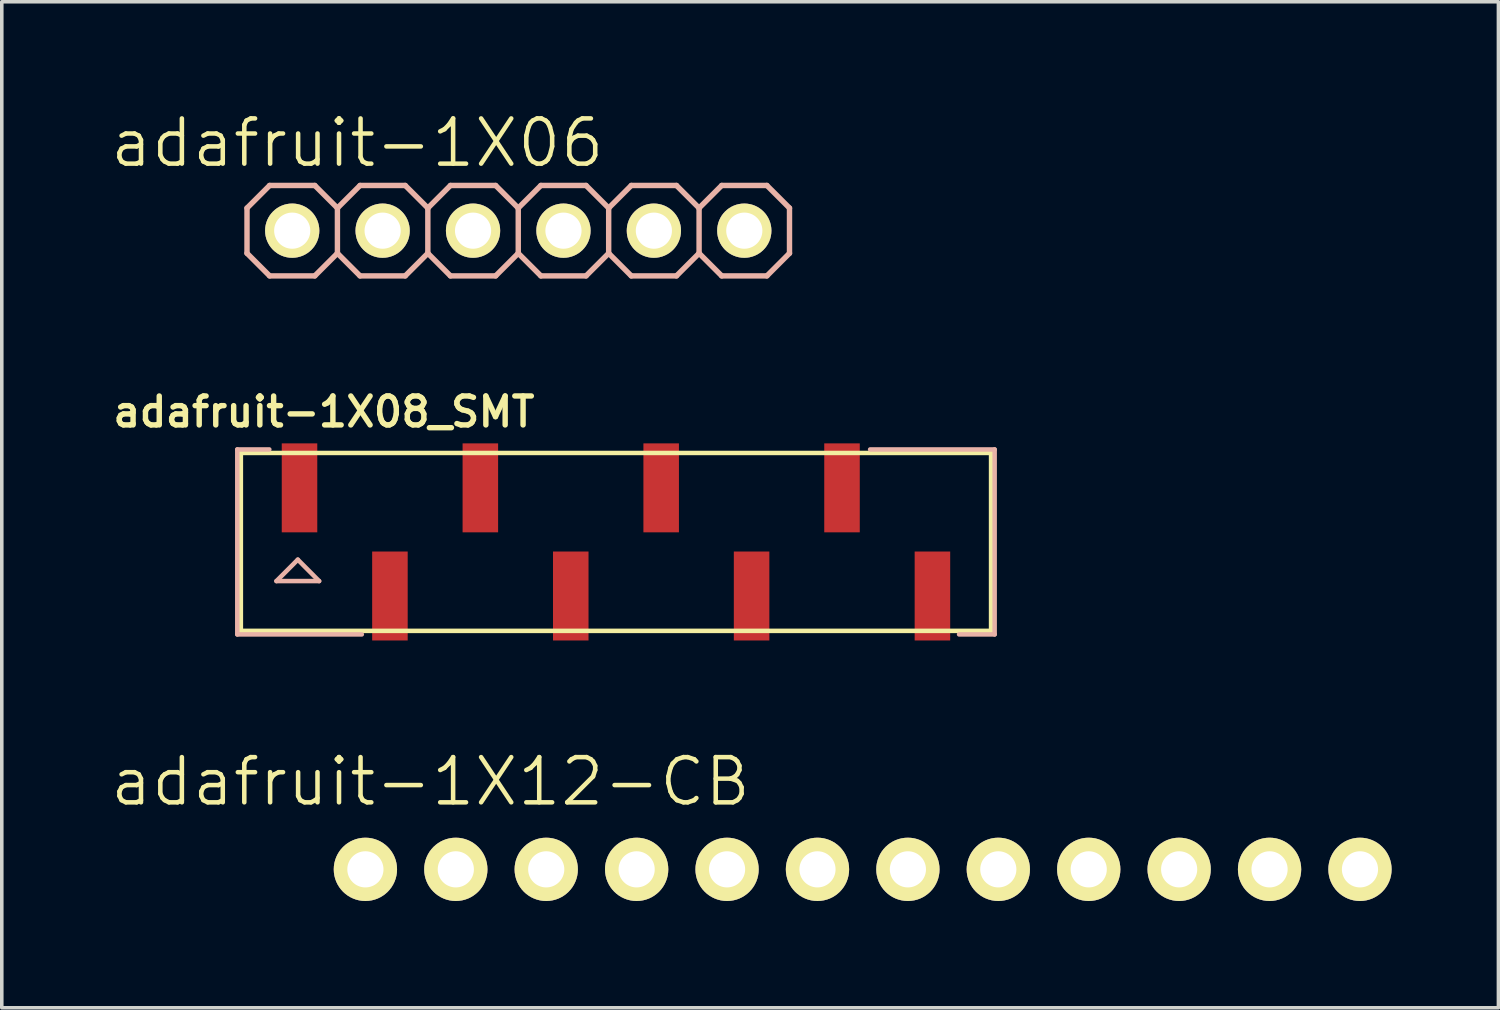
<source format=kicad_pcb>
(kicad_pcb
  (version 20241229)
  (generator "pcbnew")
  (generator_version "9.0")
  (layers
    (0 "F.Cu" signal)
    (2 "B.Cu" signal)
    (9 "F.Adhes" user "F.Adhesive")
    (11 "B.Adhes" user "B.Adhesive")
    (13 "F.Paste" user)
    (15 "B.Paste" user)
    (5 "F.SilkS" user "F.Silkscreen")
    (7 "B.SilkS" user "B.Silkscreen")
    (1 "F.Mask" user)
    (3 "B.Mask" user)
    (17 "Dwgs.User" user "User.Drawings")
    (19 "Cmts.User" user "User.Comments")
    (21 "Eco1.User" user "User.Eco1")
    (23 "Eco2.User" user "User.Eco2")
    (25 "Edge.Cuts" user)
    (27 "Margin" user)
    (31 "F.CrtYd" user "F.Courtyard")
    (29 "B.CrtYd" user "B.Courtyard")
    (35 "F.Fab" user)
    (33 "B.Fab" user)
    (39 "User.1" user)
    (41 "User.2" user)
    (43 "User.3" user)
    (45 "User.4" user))
  (footprint "adafruit-1X12-CB"
    (layer "F.Cu")
    (at 21.185 21.372)
    (property "Reference" "adafruit-1X12-CB" (at -12.141 -2.464 0) (layer "F.SilkS") (effects (font (size 1.27 1.27) (thickness 0.127))))
    (attr exclude_from_pos_files exclude_from_bom)
    (fp_line (start -14.224 -0.254) (end -13.716 -0.254) (stroke (width 0.066) (type solid)) (layer "F.SilkS"))
    (fp_line (start -14.224 0.254) (end -14.224 -0.254) (stroke (width 0.066) (type solid)) (layer "F.SilkS"))
    (fp_line (start -14.224 0.254) (end -13.716 0.254) (stroke (width 0.066) (type solid)) (layer "F.SilkS"))
    (fp_line (start -13.716 0.254) (end -13.716 -0.254) (stroke (width 0.066) (type solid)) (layer "F.SilkS"))
    (fp_line (start -11.684 -0.254) (end -11.176 -0.254) (stroke (width 0.066) (type solid)) (layer "F.SilkS"))
    (fp_line (start -11.684 0.254) (end -11.684 -0.254) (stroke (width 0.066) (type solid)) (layer "F.SilkS"))
    (fp_line (start -11.684 0.254) (end -11.176 0.254) (stroke (width 0.066) (type solid)) (layer "F.SilkS"))
    (fp_line (start -11.176 0.254) (end -11.176 -0.254) (stroke (width 0.066) (type solid)) (layer "F.SilkS"))
    (fp_line (start -9.144 -0.254) (end -8.636 -0.254) (stroke (width 0.066) (type solid)) (layer "F.SilkS"))
    (fp_line (start -9.144 0.254) (end -9.144 -0.254) (stroke (width 0.066) (type solid)) (layer "F.SilkS"))
    (fp_line (start -9.144 0.254) (end -8.636 0.254) (stroke (width 0.066) (type solid)) (layer "F.SilkS"))
    (fp_line (start -8.636 0.254) (end -8.636 -0.254) (stroke (width 0.066) (type solid)) (layer "F.SilkS"))
    (fp_line (start -6.604 -0.254) (end -6.096 -0.254) (stroke (width 0.066) (type solid)) (layer "F.SilkS"))
    (fp_line (start -6.604 0.254) (end -6.604 -0.254) (stroke (width 0.066) (type solid)) (layer "F.SilkS"))
    (fp_line (start -6.604 0.254) (end -6.096 0.254) (stroke (width 0.066) (type solid)) (layer "F.SilkS"))
    (fp_line (start -6.096 0.254) (end -6.096 -0.254) (stroke (width 0.066) (type solid)) (layer "F.SilkS"))
    (fp_line (start -4.064 -0.254) (end -3.556 -0.254) (stroke (width 0.066) (type solid)) (layer "F.SilkS"))
    (fp_line (start -4.064 0.254) (end -4.064 -0.254) (stroke (width 0.066) (type solid)) (layer "F.SilkS"))
    (fp_line (start -4.064 0.254) (end -3.556 0.254) (stroke (width 0.066) (type solid)) (layer "F.SilkS"))
    (fp_line (start -3.556 0.254) (end -3.556 -0.254) (stroke (width 0.066) (type solid)) (layer "F.SilkS"))
    (fp_line (start -1.524 -0.254) (end -1.016 -0.254) (stroke (width 0.066) (type solid)) (layer "F.SilkS"))
    (fp_line (start -1.524 0.254) (end -1.524 -0.254) (stroke (width 0.066) (type solid)) (layer "F.SilkS"))
    (fp_line (start -1.524 0.254) (end -1.016 0.254) (stroke (width 0.066) (type solid)) (layer "F.SilkS"))
    (fp_line (start -1.016 0.254) (end -1.016 -0.254) (stroke (width 0.066) (type solid)) (layer "F.SilkS"))
    (fp_line (start 1.016 -0.254) (end 1.524 -0.254) (stroke (width 0.066) (type solid)) (layer "F.SilkS"))
    (fp_line (start 1.016 0.254) (end 1.016 -0.254) (stroke (width 0.066) (type solid)) (layer "F.SilkS"))
    (fp_line (start 1.016 0.254) (end 1.524 0.254) (stroke (width 0.066) (type solid)) (layer "F.SilkS"))
    (fp_line (start 1.524 0.254) (end 1.524 -0.254) (stroke (width 0.066) (type solid)) (layer "F.SilkS"))
    (fp_line (start 3.556 -0.254) (end 4.064 -0.254) (stroke (width 0.066) (type solid)) (layer "F.SilkS"))
    (fp_line (start 3.556 0.254) (end 3.556 -0.254) (stroke (width 0.066) (type solid)) (layer "F.SilkS"))
    (fp_line (start 3.556 0.254) (end 4.064 0.254) (stroke (width 0.066) (type solid)) (layer "F.SilkS"))
    (fp_line (start 4.064 0.254) (end 4.064 -0.254) (stroke (width 0.066) (type solid)) (layer "F.SilkS"))
    (fp_line (start 6.096 -0.254) (end 6.604 -0.254) (stroke (width 0.066) (type solid)) (layer "F.SilkS"))
    (fp_line (start 6.096 0.254) (end 6.096 -0.254) (stroke (width 0.066) (type solid)) (layer "F.SilkS"))
    (fp_line (start 6.096 0.254) (end 6.604 0.254) (stroke (width 0.066) (type solid)) (layer "F.SilkS"))
    (fp_line (start 6.604 0.254) (end 6.604 -0.254) (stroke (width 0.066) (type solid)) (layer "F.SilkS"))
    (fp_line (start 8.636 -0.254) (end 9.144 -0.254) (stroke (width 0.066) (type solid)) (layer "F.SilkS"))
    (fp_line (start 8.636 0.254) (end 8.636 -0.254) (stroke (width 0.066) (type solid)) (layer "F.SilkS"))
    (fp_line (start 8.636 0.254) (end 9.144 0.254) (stroke (width 0.066) (type solid)) (layer "F.SilkS"))
    (fp_line (start 9.144 0.254) (end 9.144 -0.254) (stroke (width 0.066) (type solid)) (layer "F.SilkS"))
    (fp_line (start 11.176 -0.254) (end 11.684 -0.254) (stroke (width 0.066) (type solid)) (layer "F.SilkS"))
    (fp_line (start 11.176 0.254) (end 11.176 -0.254) (stroke (width 0.066) (type solid)) (layer "F.SilkS"))
    (fp_line (start 11.176 0.254) (end 11.684 0.254) (stroke (width 0.066) (type solid)) (layer "F.SilkS"))
    (fp_line (start 11.684 0.254) (end 11.684 -0.254) (stroke (width 0.066) (type solid)) (layer "F.SilkS"))
    (fp_line (start 13.716 -0.254) (end 14.224 -0.254) (stroke (width 0.066) (type solid)) (layer "F.SilkS"))
    (fp_line (start 13.716 0.254) (end 13.716 -0.254) (stroke (width 0.066) (type solid)) (layer "F.SilkS"))
    (fp_line (start 13.716 0.254) (end 14.224 0.254) (stroke (width 0.066) (type solid)) (layer "F.SilkS"))
    (fp_line (start 14.224 0.254) (end 14.224 -0.254) (stroke (width 0.066) (type solid)) (layer "F.SilkS"))
    (pad "1" thru_hole circle (at -13.97 0) (size 1.778 1.778) (drill 1.016) (layers "*.Cu" "F.Mask" "F.SilkS" "F.Paste"))
    (pad "2" thru_hole circle (at -11.43 0) (size 1.778 1.778) (drill 1.016) (layers "*.Cu" "F.Mask" "F.SilkS" "F.Paste"))
    (pad "3" thru_hole circle (at -8.89 0) (size 1.778 1.778) (drill 1.016) (layers "*.Cu" "F.Mask" "F.SilkS" "F.Paste"))
    (pad "4" thru_hole circle (at -6.35 0) (size 1.778 1.778) (drill 1.016) (layers "*.Cu" "F.Mask" "F.SilkS" "F.Paste"))
    (pad "5" thru_hole circle (at -3.81 0) (size 1.778 1.778) (drill 1.016) (layers "*.Cu" "F.Mask" "F.SilkS" "F.Paste"))
    (pad "6" thru_hole circle (at -1.27 0) (size 1.778 1.778) (drill 1.016) (layers "*.Cu" "F.Mask" "F.SilkS" "F.Paste"))
    (pad "7" thru_hole circle (at 1.27 0) (size 1.778 1.778) (drill 1.016) (layers "*.Cu" "F.Mask" "F.SilkS" "F.Paste"))
    (pad "8" thru_hole circle (at 3.81 0) (size 1.778 1.778) (drill 1.016) (layers "*.Cu" "F.Mask" "F.SilkS" "F.Paste"))
    (pad "9" thru_hole circle (at 6.35 0) (size 1.778 1.778) (drill 1.016) (layers "*.Cu" "F.Mask" "F.SilkS" "F.Paste"))
    (pad "10" thru_hole circle (at 8.89 0) (size 1.778 1.778) (drill 1.016) (layers "*.Cu" "F.Mask" "F.SilkS" "F.Paste"))
    (pad "11" thru_hole circle (at 11.43 0) (size 1.778 1.778) (drill 1.016) (layers "*.Cu" "F.Mask" "F.SilkS" "F.Paste"))
    (pad "12" thru_hole circle (at 13.97 0) (size 1.778 1.778) (drill 1.016) (layers "*.Cu" "F.Mask" "F.SilkS" "F.Paste")))
  (footprint "adafruit-1X06"
    (layer "F.Cu")
    (at 11.509 3.43)
    (property "Reference" "adafruit-1X06" (at -4.521 -2.464 0) (layer "F.SilkS") (effects (font (size 1.27 1.27) (thickness 0.127))))
    (attr exclude_from_pos_files exclude_from_bom)
    (fp_line (start -6.604 -0.254) (end -6.096 -0.254) (stroke (width 0.066) (type solid)) (layer "F.SilkS"))
    (fp_line (start -6.604 0.254) (end -6.604 -0.254) (stroke (width 0.066) (type solid)) (layer "F.SilkS"))
    (fp_line (start -6.604 0.254) (end -6.096 0.254) (stroke (width 0.066) (type solid)) (layer "F.SilkS"))
    (fp_line (start -6.096 0.254) (end -6.096 -0.254) (stroke (width 0.066) (type solid)) (layer "F.SilkS"))
    (fp_line (start -4.064 -0.254) (end -3.556 -0.254) (stroke (width 0.066) (type solid)) (layer "F.SilkS"))
    (fp_line (start -4.064 0.254) (end -4.064 -0.254) (stroke (width 0.066) (type solid)) (layer "F.SilkS"))
    (fp_line (start -4.064 0.254) (end -3.556 0.254) (stroke (width 0.066) (type solid)) (layer "F.SilkS"))
    (fp_line (start -3.556 0.254) (end -3.556 -0.254) (stroke (width 0.066) (type solid)) (layer "F.SilkS"))
    (fp_line (start -1.524 -0.254) (end -1.016 -0.254) (stroke (width 0.066) (type solid)) (layer "F.SilkS"))
    (fp_line (start -1.524 0.254) (end -1.524 -0.254) (stroke (width 0.066) (type solid)) (layer "F.SilkS"))
    (fp_line (start -1.524 0.254) (end -1.016 0.254) (stroke (width 0.066) (type solid)) (layer "F.SilkS"))
    (fp_line (start -1.016 0.254) (end -1.016 -0.254) (stroke (width 0.066) (type solid)) (layer "F.SilkS"))
    (fp_line (start 1.016 -0.254) (end 1.524 -0.254) (stroke (width 0.066) (type solid)) (layer "F.SilkS"))
    (fp_line (start 1.016 0.254) (end 1.016 -0.254) (stroke (width 0.066) (type solid)) (layer "F.SilkS"))
    (fp_line (start 1.016 0.254) (end 1.524 0.254) (stroke (width 0.066) (type solid)) (layer "F.SilkS"))
    (fp_line (start 1.524 0.254) (end 1.524 -0.254) (stroke (width 0.066) (type solid)) (layer "F.SilkS"))
    (fp_line (start 3.556 -0.254) (end 4.064 -0.254) (stroke (width 0.066) (type solid)) (layer "F.SilkS"))
    (fp_line (start 3.556 0.254) (end 3.556 -0.254) (stroke (width 0.066) (type solid)) (layer "F.SilkS"))
    (fp_line (start 3.556 0.254) (end 4.064 0.254) (stroke (width 0.066) (type solid)) (layer "F.SilkS"))
    (fp_line (start 4.064 0.254) (end 4.064 -0.254) (stroke (width 0.066) (type solid)) (layer "F.SilkS"))
    (fp_line (start 6.096 -0.254) (end 6.604 -0.254) (stroke (width 0.066) (type solid)) (layer "F.SilkS"))
    (fp_line (start 6.096 0.254) (end 6.096 -0.254) (stroke (width 0.066) (type solid)) (layer "F.SilkS"))
    (fp_line (start 6.096 0.254) (end 6.604 0.254) (stroke (width 0.066) (type solid)) (layer "F.SilkS"))
    (fp_line (start 6.604 0.254) (end 6.604 -0.254) (stroke (width 0.066) (type solid)) (layer "F.SilkS"))
    (fp_line (start -7.62 -0.635) (end -7.62 0.635) (stroke (width 0.152) (type solid)) (layer "B.SilkS"))
    (fp_line (start -7.62 0.635) (end -6.985 1.27) (stroke (width 0.152) (type solid)) (layer "B.SilkS"))
    (fp_line (start -6.985 -1.27) (end -7.62 -0.635) (stroke (width 0.152) (type solid)) (layer "B.SilkS"))
    (fp_line (start -6.985 -1.27) (end -5.715 -1.27) (stroke (width 0.152) (type solid)) (layer "B.SilkS"))
    (fp_line (start -5.715 -1.27) (end -5.08 -0.635) (stroke (width 0.152) (type solid)) (layer "B.SilkS"))
    (fp_line (start -5.715 1.27) (end -6.985 1.27) (stroke (width 0.152) (type solid)) (layer "B.SilkS"))
    (fp_line (start -5.08 -0.635) (end -5.08 0.635) (stroke (width 0.152) (type solid)) (layer "B.SilkS"))
    (fp_line (start -5.08 -0.635) (end -4.445 -1.27) (stroke (width 0.152) (type solid)) (layer "B.SilkS"))
    (fp_line (start -5.08 0.635) (end -5.715 1.27) (stroke (width 0.152) (type solid)) (layer "B.SilkS"))
    (fp_line (start -4.445 -1.27) (end -3.175 -1.27) (stroke (width 0.152) (type solid)) (layer "B.SilkS"))
    (fp_line (start -4.445 1.27) (end -5.08 0.635) (stroke (width 0.152) (type solid)) (layer "B.SilkS"))
    (fp_line (start -3.175 -1.27) (end -2.54 -0.635) (stroke (width 0.152) (type solid)) (layer "B.SilkS"))
    (fp_line (start -3.175 1.27) (end -4.445 1.27) (stroke (width 0.152) (type solid)) (layer "B.SilkS"))
    (fp_line (start -2.54 -0.635) (end -2.54 0.635) (stroke (width 0.152) (type solid)) (layer "B.SilkS"))
    (fp_line (start -2.54 -0.635) (end -1.905 -1.27) (stroke (width 0.152) (type solid)) (layer "B.SilkS"))
    (fp_line (start -2.54 0.635) (end -3.175 1.27) (stroke (width 0.152) (type solid)) (layer "B.SilkS"))
    (fp_line (start -1.905 -1.27) (end -0.635 -1.27) (stroke (width 0.152) (type solid)) (layer "B.SilkS"))
    (fp_line (start -1.905 1.27) (end -2.54 0.635) (stroke (width 0.152) (type solid)) (layer "B.SilkS"))
    (fp_line (start -0.635 -1.27) (end 0 -0.635) (stroke (width 0.152) (type solid)) (layer "B.SilkS"))
    (fp_line (start -0.635 1.27) (end -1.905 1.27) (stroke (width 0.152) (type solid)) (layer "B.SilkS"))
    (fp_line (start 0 -0.635) (end 0 0.635) (stroke (width 0.152) (type solid)) (layer "B.SilkS"))
    (fp_line (start 0 0.635) (end -0.635 1.27) (stroke (width 0.152) (type solid)) (layer "B.SilkS"))
    (fp_line (start 0 0.635) (end 0.635 1.27) (stroke (width 0.152) (type solid)) (layer "B.SilkS"))
    (fp_line (start 0.635 -1.27) (end 0 -0.635) (stroke (width 0.152) (type solid)) (layer "B.SilkS"))
    (fp_line (start 0.635 -1.27) (end 1.905 -1.27) (stroke (width 0.152) (type solid)) (layer "B.SilkS"))
    (fp_line (start 1.905 -1.27) (end 2.54 -0.635) (stroke (width 0.152) (type solid)) (layer "B.SilkS"))
    (fp_line (start 1.905 1.27) (end 0.635 1.27) (stroke (width 0.152) (type solid)) (layer "B.SilkS"))
    (fp_line (start 2.54 -0.635) (end 2.54 0.635) (stroke (width 0.152) (type solid)) (layer "B.SilkS"))
    (fp_line (start 2.54 -0.635) (end 3.175 -1.27) (stroke (width 0.152) (type solid)) (layer "B.SilkS"))
    (fp_line (start 2.54 0.635) (end 1.905 1.27) (stroke (width 0.152) (type solid)) (layer "B.SilkS"))
    (fp_line (start 3.175 -1.27) (end 4.445 -1.27) (stroke (width 0.152) (type solid)) (layer "B.SilkS"))
    (fp_line (start 3.175 1.27) (end 2.54 0.635) (stroke (width 0.152) (type solid)) (layer "B.SilkS"))
    (fp_line (start 4.445 -1.27) (end 5.08 -0.635) (stroke (width 0.152) (type solid)) (layer "B.SilkS"))
    (fp_line (start 4.445 1.27) (end 3.175 1.27) (stroke (width 0.152) (type solid)) (layer "B.SilkS"))
    (fp_line (start 5.08 -0.635) (end 5.08 0.635) (stroke (width 0.152) (type solid)) (layer "B.SilkS"))
    (fp_line (start 5.08 0.635) (end 4.445 1.27) (stroke (width 0.152) (type solid)) (layer "B.SilkS"))
    (fp_line (start 5.08 0.635) (end 5.715 1.27) (stroke (width 0.152) (type solid)) (layer "B.SilkS"))
    (fp_line (start 5.715 -1.27) (end 5.08 -0.635) (stroke (width 0.152) (type solid)) (layer "B.SilkS"))
    (fp_line (start 5.715 -1.27) (end 6.985 -1.27) (stroke (width 0.152) (type solid)) (layer "B.SilkS"))
    (fp_line (start 6.985 -1.27) (end 7.62 -0.635) (stroke (width 0.152) (type solid)) (layer "B.SilkS"))
    (fp_line (start 6.985 1.27) (end 5.715 1.27) (stroke (width 0.152) (type solid)) (layer "B.SilkS"))
    (fp_line (start 7.62 -0.635) (end 7.62 0.635) (stroke (width 0.152) (type solid)) (layer "B.SilkS"))
    (fp_line (start 7.62 0.635) (end 6.985 1.27) (stroke (width 0.152) (type solid)) (layer "B.SilkS"))
    (pad "1" thru_hole circle (at -6.35 0) (size 1.524 1.524) (drill 1.016) (layers "*.Cu" "F.Mask" "F.SilkS" "F.Paste"))
    (pad "2" thru_hole circle (at -3.81 0) (size 1.524 1.524) (drill 1.016) (layers "*.Cu" "F.Mask" "F.SilkS" "F.Paste"))
    (pad "3" thru_hole circle (at -1.27 0) (size 1.524 1.524) (drill 1.016) (layers "*.Cu" "F.Mask" "F.SilkS" "F.Paste"))
    (pad "4" thru_hole circle (at 1.27 0) (size 1.524 1.524) (drill 1.016) (layers "*.Cu" "F.Mask" "F.SilkS" "F.Paste"))
    (pad "5" thru_hole circle (at 3.81 0) (size 1.524 1.524) (drill 1.016) (layers "*.Cu" "F.Mask" "F.SilkS" "F.Paste"))
    (pad "6" thru_hole circle (at 6.35 0) (size 1.524 1.524) (drill 1.016) (layers "*.Cu" "F.Mask" "F.SilkS" "F.Paste")))
  (footprint "adafruit-1X08_SMT"
    (layer "F.Cu")
    (at 14.254 12.174)
    (property "Reference" "adafruit-1X08_SMT" (at -8.204 -3.655 0) (layer "F.SilkS") (effects (font (size 0.813 0.813) (thickness 0.152))))
    (attr smd)
    (fp_line (start -10.538 -2.499) (end 10.538 -2.499) (stroke (width 0.127) (type solid)) (layer "F.SilkS"))
    (fp_line (start -10.538 2.499) (end -10.538 -2.499) (stroke (width 0.127) (type solid)) (layer "F.SilkS"))
    (fp_line (start 10.538 -2.499) (end 10.538 2.499) (stroke (width 0.127) (type solid)) (layer "F.SilkS"))
    (fp_line (start 10.538 2.499) (end -10.538 2.499) (stroke (width 0.127) (type solid)) (layer "F.SilkS"))
    (fp_line (start -10.638 -2.598) (end -10.638 2.598) (stroke (width 0.127) (type solid)) (layer "B.SilkS"))
    (fp_line (start -10.638 2.598) (end -7.14 2.598) (stroke (width 0.127) (type solid)) (layer "B.SilkS"))
    (fp_line (start -9.738 -2.598) (end -10.638 -2.598) (stroke (width 0.127) (type solid)) (layer "B.SilkS"))
    (fp_line (start -9.538 1.1) (end -8.339 1.1) (stroke (width 0.127) (type solid)) (layer "B.SilkS"))
    (fp_line (start -8.938 0.498) (end -9.538 1.1) (stroke (width 0.127) (type solid)) (layer "B.SilkS"))
    (fp_line (start -8.339 1.1) (end -8.938 0.498) (stroke (width 0.127) (type solid)) (layer "B.SilkS"))
    (fp_line (start 7.14 -2.598) (end 10.638 -2.598) (stroke (width 0.127) (type solid)) (layer "B.SilkS"))
    (fp_line (start 10.638 -2.598) (end 10.638 2.598) (stroke (width 0.127) (type solid)) (layer "B.SilkS"))
    (fp_line (start 10.638 2.598) (end 9.639 2.598) (stroke (width 0.127) (type solid)) (layer "B.SilkS"))
    (pad "1" smd rect (at -8.89 -1.519) (size 0.998 2.499) (layers "F.Cu" "F.Mask" "F.Paste"))
    (pad "2" smd rect (at -6.35 1.519) (size 0.998 2.499) (layers "F.Cu" "F.Mask" "F.Paste"))
    (pad "3" smd rect (at -3.81 -1.519) (size 0.998 2.499) (layers "F.Cu" "F.Mask" "F.Paste"))
    (pad "4" smd rect (at -1.27 1.519) (size 0.998 2.499) (layers "F.Cu" "F.Mask" "F.Paste"))
    (pad "5" smd rect (at 1.27 -1.519) (size 0.998 2.499) (layers "F.Cu" "F.Mask" "F.Paste"))
    (pad "6" smd rect (at 3.81 1.519) (size 0.998 2.499) (layers "F.Cu" "F.Mask" "F.Paste"))
    (pad "7" smd rect (at 6.35 -1.519) (size 0.998 2.499) (layers "F.Cu" "F.Mask" "F.Paste"))
    (pad "8" smd rect (at 8.89 1.519) (size 0.998 2.499) (layers "F.Cu" "F.Mask" "F.Paste")))
  (gr_rect
    (start -3 -3)
    (end 39.044 25.261)
    (stroke (width 0.1) (type default))
    (fill no)
    (layer "Edge.Cuts")))
</source>
